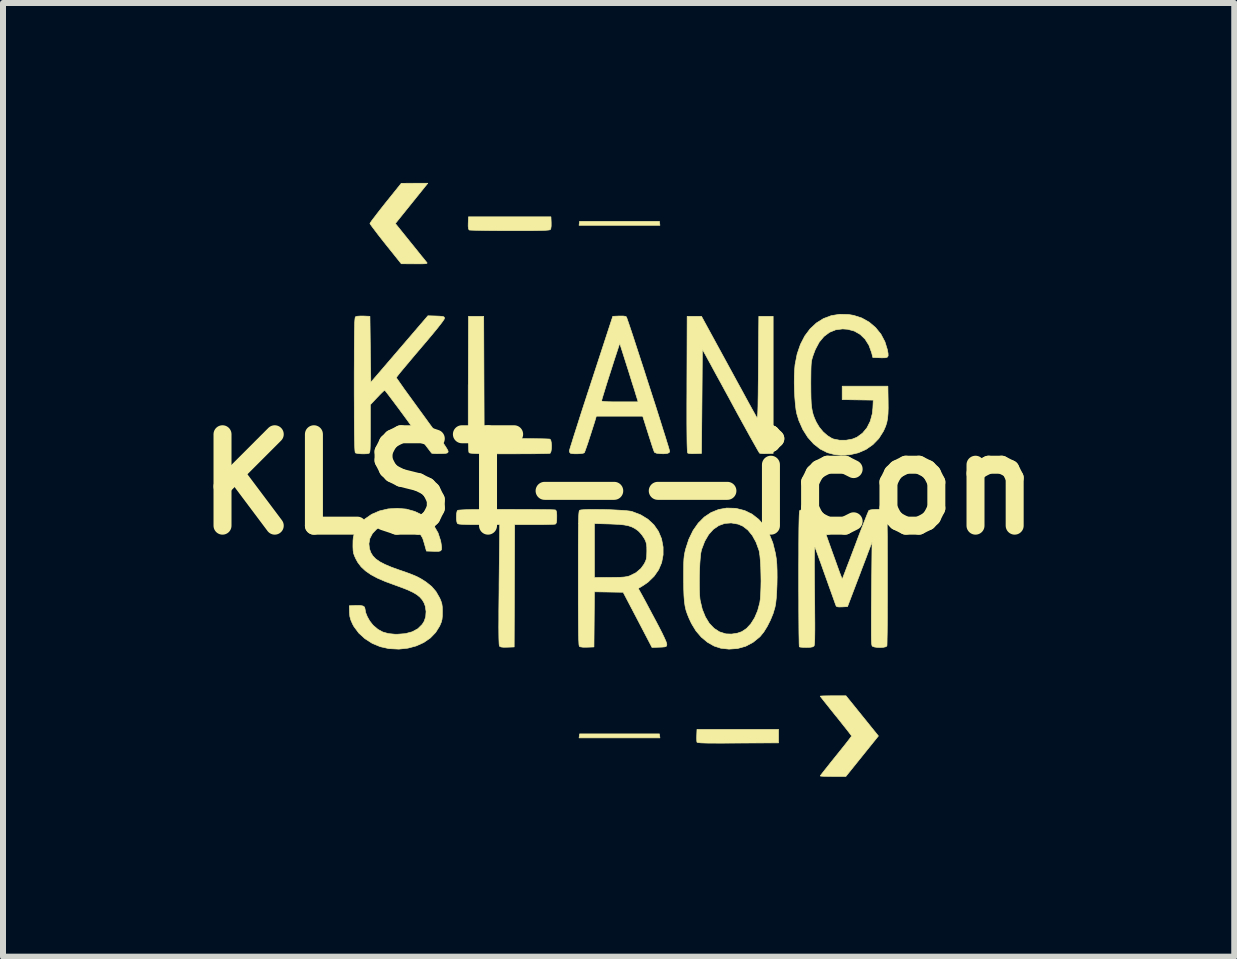
<source format=kicad_pcb>
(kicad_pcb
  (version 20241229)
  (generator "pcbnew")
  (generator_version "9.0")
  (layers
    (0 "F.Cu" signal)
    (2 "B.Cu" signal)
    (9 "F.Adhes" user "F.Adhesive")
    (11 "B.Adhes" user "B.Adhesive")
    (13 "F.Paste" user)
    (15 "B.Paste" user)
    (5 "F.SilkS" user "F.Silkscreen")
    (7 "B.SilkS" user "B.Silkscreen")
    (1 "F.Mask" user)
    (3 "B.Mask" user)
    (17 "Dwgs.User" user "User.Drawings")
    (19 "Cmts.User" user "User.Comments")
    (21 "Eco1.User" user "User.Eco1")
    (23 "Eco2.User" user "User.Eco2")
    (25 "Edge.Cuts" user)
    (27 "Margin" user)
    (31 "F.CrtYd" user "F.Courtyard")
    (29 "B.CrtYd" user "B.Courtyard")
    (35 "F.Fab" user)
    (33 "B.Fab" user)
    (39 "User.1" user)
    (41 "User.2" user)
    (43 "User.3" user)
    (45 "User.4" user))
  (footprint "KLST--icon"
    (layer "F.Cu")
    (at 7.264 5.025)
    (property "Reference" "KLST--icon" (at 0 0 0) (layer "F.SilkS") (effects (font (size 1.524 1.524) (thickness 0.3))))
    (attr through_hole)
    (fp_poly (pts (xy 0.685 -4.352) (xy 0.689 -4.318) (xy -0.659 -4.318) (xy -0.655 -4.352) (xy -0.65 -4.385) (xy 0.68 -4.385) (xy 0.685 -4.352)) (stroke (width 0.01) (type solid)) (fill yes) (layer "F.SilkS"))
    (fp_poly (pts (xy 0.685 4.195) (xy 0.689 4.228) (xy -0.659 4.228) (xy -0.655 4.195) (xy -0.65 4.161) (xy 0.68 4.161) (xy 0.685 4.195)) (stroke (width 0.01) (type solid)) (fill yes) (layer "F.SilkS"))
    (fp_poly (pts (xy 2.667 4.311) (xy 1.991 4.314) (xy 1.827 4.315) (xy 1.691 4.316) (xy 1.58 4.315) (xy 1.491 4.315) (xy 1.423 4.313) (xy 1.373 4.311) (xy 1.339 4.308) (xy 1.318 4.305) (xy 1.308 4.3) (xy 1.306 4.298) (xy 1.303 4.273) (xy 1.302 4.229) (xy 1.303 4.182) (xy 1.307 4.086) (xy 2.667 4.086) (xy 2.667 4.311)) (stroke (width 0.01) (type solid)) (fill yes) (layer "F.SilkS"))
    (fp_poly (pts (xy -1.124 -4.365) (xy -1.124 -4.306) (xy -1.13 -4.264) (xy -1.137 -4.249) (xy -1.145 -4.244) (xy -1.163 -4.24) (xy -1.192 -4.237) (xy -1.235 -4.234) (xy -1.295 -4.232) (xy -1.374 -4.23) (xy -1.474 -4.229) (xy -1.599 -4.229) (xy -1.75 -4.229) (xy -1.813 -4.229) (xy -1.951 -4.229) (xy -2.08 -4.23) (xy -2.197 -4.231) (xy -2.299 -4.233) (xy -2.383 -4.235) (xy -2.445 -4.237) (xy -2.482 -4.239) (xy -2.492 -4.241) (xy -2.503 -4.261) (xy -2.508 -4.304) (xy -2.507 -4.357) (xy -2.503 -4.46) (xy -1.128 -4.46) (xy -1.124 -4.365)) (stroke (width 0.01) (type solid)) (fill yes) (layer "F.SilkS"))
    (fp_poly (pts (xy -3.722 -4.348) (xy -3.472 -4.038) (xy -3.404 -3.954) (xy -3.342 -3.877) (xy -3.288 -3.809) (xy -3.244 -3.756) (xy -3.214 -3.718) (xy -3.2 -3.702) (xy -3.193 -3.692) (xy -3.195 -3.685) (xy -3.209 -3.68) (xy -3.241 -3.677) (xy -3.292 -3.676) (xy -3.369 -3.676) (xy -3.401 -3.676) (xy -3.623 -3.677) (xy -3.885 -4.004) (xy -3.953 -4.09) (xy -4.014 -4.168) (xy -4.066 -4.237) (xy -4.107 -4.291) (xy -4.135 -4.33) (xy -4.146 -4.348) (xy -4.146 -4.349) (xy -4.137 -4.365) (xy -4.112 -4.401) (xy -4.072 -4.453) (xy -4.021 -4.52) (xy -3.961 -4.597) (xy -3.894 -4.682) (xy -3.885 -4.693) (xy -3.623 -5.019) (xy -3.402 -5.02) (xy -3.181 -5.02) (xy -3.722 -4.348)) (stroke (width 0.01) (type solid)) (fill yes) (layer "F.SilkS"))
    (fp_poly (pts (xy 4.332 4.196) (xy 4.06 4.534) (xy 3.789 4.871) (xy 3.575 4.871) (xy 3.499 4.87) (xy 3.435 4.869) (xy 3.388 4.867) (xy 3.364 4.864) (xy 3.362 4.863) (xy 3.371 4.849) (xy 3.396 4.816) (xy 3.436 4.765) (xy 3.487 4.701) (xy 3.547 4.625) (xy 3.615 4.541) (xy 3.623 4.531) (xy 3.691 4.446) (xy 3.753 4.369) (xy 3.805 4.303) (xy 3.846 4.25) (xy 3.873 4.214) (xy 3.885 4.197) (xy 3.885 4.197) (xy 3.876 4.183) (xy 3.85 4.149) (xy 3.811 4.098) (xy 3.759 4.033) (xy 3.699 3.957) (xy 3.632 3.873) (xy 3.623 3.863) (xy 3.555 3.778) (xy 3.494 3.701) (xy 3.442 3.636) (xy 3.4 3.583) (xy 3.373 3.548) (xy 3.362 3.533) (xy 3.362 3.532) (xy 3.376 3.53) (xy 3.414 3.528) (xy 3.472 3.527) (xy 3.545 3.526) (xy 3.576 3.526) (xy 3.791 3.526) (xy 4.332 4.196)) (stroke (width 0.01) (type solid)) (fill yes) (layer "F.SilkS"))
    (fp_poly (pts (xy -2.245 -1.782) (xy -2.241 -0.762) (xy -1.704 -0.762) (xy -1.58 -0.762) (xy -1.464 -0.761) (xy -1.361 -0.76) (xy -1.274 -0.759) (xy -1.206 -0.757) (xy -1.162 -0.755) (xy -1.144 -0.753) (xy -1.13 -0.733) (xy -1.122 -0.694) (xy -1.118 -0.644) (xy -1.12 -0.592) (xy -1.127 -0.548) (xy -1.139 -0.521) (xy -1.144 -0.517) (xy -1.164 -0.515) (xy -1.21 -0.513) (xy -1.28 -0.512) (xy -1.37 -0.51) (xy -1.477 -0.509) (xy -1.599 -0.509) (xy -1.731 -0.508) (xy -1.822 -0.508) (xy -1.984 -0.508) (xy -2.119 -0.509) (xy -2.228 -0.51) (xy -2.315 -0.511) (xy -2.381 -0.513) (xy -2.43 -0.516) (xy -2.463 -0.519) (xy -2.484 -0.523) (xy -2.493 -0.528) (xy -2.493 -0.528) (xy -2.497 -0.542) (xy -2.5 -0.574) (xy -2.502 -0.626) (xy -2.504 -0.699) (xy -2.506 -0.795) (xy -2.507 -0.914) (xy -2.507 -1.058) (xy -2.507 -1.228) (xy -2.507 -1.426) (xy -2.507 -1.652) (xy -2.506 -1.675) (xy -2.503 -2.801) (xy -2.249 -2.801) (xy -2.245 -1.782)) (stroke (width 0.01) (type solid)) (fill yes) (layer "F.SilkS"))
    (fp_poly (pts (xy -1.721 0.419) (xy -1.578 0.419) (xy -1.446 0.42) (xy -1.329 0.421) (xy -1.229 0.422) (xy -1.148 0.423) (xy -1.091 0.425) (xy -1.06 0.427) (xy -1.055 0.427) (xy -1.042 0.439) (xy -1.034 0.466) (xy -1.031 0.513) (xy -1.031 0.545) (xy -1.032 0.605) (xy -1.038 0.641) (xy -1.048 0.659) (xy -1.055 0.663) (xy -1.076 0.666) (xy -1.123 0.668) (xy -1.19 0.67) (xy -1.272 0.672) (xy -1.366 0.672) (xy -1.406 0.672) (xy -1.733 0.672) (xy -1.741 2.712) (xy -1.854 2.716) (xy -1.919 2.717) (xy -1.96 2.712) (xy -1.982 2.702) (xy -1.985 2.699) (xy -1.989 2.688) (xy -1.992 2.662) (xy -1.994 2.62) (xy -1.996 2.56) (xy -1.997 2.481) (xy -1.998 2.381) (xy -1.997 2.258) (xy -1.997 2.111) (xy -1.995 1.937) (xy -1.993 1.736) (xy -1.993 1.675) (xy -1.982 0.672) (xy -2.325 0.672) (xy -2.448 0.672) (xy -2.542 0.67) (xy -2.612 0.667) (xy -2.657 0.663) (xy -2.682 0.657) (xy -2.686 0.654) (xy -2.696 0.63) (xy -2.703 0.586) (xy -2.704 0.545) (xy -2.702 0.493) (xy -2.694 0.453) (xy -2.686 0.436) (xy -2.675 0.432) (xy -2.647 0.429) (xy -2.601 0.426) (xy -2.537 0.423) (xy -2.451 0.421) (xy -2.342 0.42) (xy -2.208 0.419) (xy -2.048 0.419) (xy -1.873 0.418) (xy -1.721 0.419)) (stroke (width 0.01) (type solid)) (fill yes) (layer "F.SilkS"))
    (fp_poly (pts (xy 1.826 -1.987) (xy 1.905 -1.842) (xy 1.98 -1.704) (xy 2.051 -1.575) (xy 2.115 -1.457) (xy 2.171 -1.354) (xy 2.219 -1.267) (xy 2.257 -1.199) (xy 2.283 -1.152) (xy 2.296 -1.129) (xy 2.296 -1.128) (xy 2.302 -1.119) (xy 2.307 -1.115) (xy 2.311 -1.118) (xy 2.315 -1.129) (xy 2.317 -1.151) (xy 2.32 -1.186) (xy 2.322 -1.237) (xy 2.324 -1.305) (xy 2.325 -1.392) (xy 2.327 -1.501) (xy 2.328 -1.634) (xy 2.33 -1.793) (xy 2.331 -1.942) (xy 2.338 -2.801) (xy 2.577 -2.801) (xy 2.577 -0.515) (xy 2.473 -0.512) (xy 2.418 -0.511) (xy 2.375 -0.514) (xy 2.351 -0.519) (xy 2.351 -0.519) (xy 2.341 -0.534) (xy 2.318 -0.573) (xy 2.284 -0.633) (xy 2.239 -0.713) (xy 2.185 -0.809) (xy 2.124 -0.92) (xy 2.056 -1.043) (xy 1.983 -1.176) (xy 1.92 -1.292) (xy 1.843 -1.435) (xy 1.768 -1.572) (xy 1.698 -1.701) (xy 1.633 -1.819) (xy 1.576 -1.924) (xy 1.528 -2.013) (xy 1.489 -2.083) (xy 1.463 -2.132) (xy 1.452 -2.152) (xy 1.397 -2.249) (xy 1.39 -1.382) (xy 1.382 -0.515) (xy 1.277 -0.512) (xy 1.222 -0.511) (xy 1.178 -0.514) (xy 1.154 -0.52) (xy 1.154 -0.52) (xy 1.15 -0.528) (xy 1.147 -0.548) (xy 1.145 -0.582) (xy 1.143 -0.632) (xy 1.141 -0.698) (xy 1.14 -0.784) (xy 1.139 -0.89) (xy 1.138 -1.019) (xy 1.138 -1.171) (xy 1.138 -1.349) (xy 1.139 -1.554) (xy 1.139 -1.667) (xy 1.143 -2.801) (xy 1.382 -2.801) (xy 1.826 -1.987)) (stroke (width 0.01) (type solid)) (fill yes) (layer "F.SilkS"))
    (fp_poly (pts (xy 0.116 -2.8) (xy 0.13 -2.791) (xy 0.137 -2.774) (xy 0.152 -2.731) (xy 0.175 -2.664) (xy 0.204 -2.578) (xy 0.239 -2.473) (xy 0.278 -2.353) (xy 0.321 -2.221) (xy 0.367 -2.079) (xy 0.416 -1.93) (xy 0.465 -1.776) (xy 0.515 -1.621) (xy 0.565 -1.466) (xy 0.614 -1.315) (xy 0.66 -1.17) (xy 0.703 -1.034) (xy 0.742 -0.909) (xy 0.777 -0.799) (xy 0.806 -0.705) (xy 0.829 -0.631) (xy 0.844 -0.579) (xy 0.851 -0.552) (xy 0.852 -0.549) (xy 0.841 -0.527) (xy 0.808 -0.514) (xy 0.749 -0.509) (xy 0.696 -0.511) (xy 0.634 -0.518) (xy 0.6 -0.532) (xy 0.596 -0.538) (xy 0.588 -0.559) (xy 0.572 -0.603) (xy 0.551 -0.667) (xy 0.526 -0.745) (xy 0.498 -0.832) (xy 0.493 -0.848) (xy 0.402 -1.136) (xy -0.372 -1.136) (xy -0.381 -1.102) (xy -0.404 -1.026) (xy -0.431 -0.942) (xy -0.459 -0.854) (xy -0.487 -0.768) (xy -0.513 -0.687) (xy -0.537 -0.618) (xy -0.556 -0.565) (xy -0.568 -0.533) (xy -0.571 -0.527) (xy -0.592 -0.518) (xy -0.634 -0.512) (xy -0.685 -0.509) (xy -0.738 -0.509) (xy -0.782 -0.513) (xy -0.803 -0.518) (xy -0.818 -0.537) (xy -0.821 -0.558) (xy -0.816 -0.577) (xy -0.803 -0.622) (xy -0.781 -0.691) (xy -0.753 -0.782) (xy -0.718 -0.892) (xy -0.677 -1.02) (xy -0.632 -1.162) (xy -0.582 -1.317) (xy -0.557 -1.392) (xy -0.284 -1.392) (xy -0.273 -1.385) (xy -0.241 -1.381) (xy -0.184 -1.377) (xy -0.102 -1.375) (xy 0.009 -1.375) (xy 0.021 -1.375) (xy 0.326 -1.375) (xy 0.29 -1.49) (xy 0.276 -1.537) (xy 0.254 -1.607) (xy 0.226 -1.694) (xy 0.195 -1.794) (xy 0.162 -1.9) (xy 0.137 -1.978) (xy 0.019 -2.35) (xy -0.027 -2.21) (xy -0.067 -2.088) (xy -0.106 -1.966) (xy -0.144 -1.847) (xy -0.18 -1.735) (xy -0.212 -1.633) (xy -0.239 -1.544) (xy -0.261 -1.473) (xy -0.276 -1.422) (xy -0.283 -1.395) (xy -0.284 -1.392) (xy -0.557 -1.392) (xy -0.528 -1.483) (xy -0.471 -1.656) (xy -0.458 -1.696) (xy -0.097 -2.801) (xy 0.009 -2.806) (xy 0.076 -2.806) (xy 0.116 -2.8)) (stroke (width 0.01) (type solid)) (fill yes) (layer "F.SilkS"))
    (fp_poly (pts (xy 3.835 -2.831) (xy 3.919 -2.817) (xy 4.055 -2.773) (xy 4.178 -2.704) (xy 4.285 -2.613) (xy 4.374 -2.503) (xy 4.441 -2.376) (xy 4.481 -2.246) (xy 4.493 -2.182) (xy 4.494 -2.141) (xy 4.479 -2.119) (xy 4.445 -2.11) (xy 4.386 -2.109) (xy 4.361 -2.11) (xy 4.239 -2.114) (xy 4.219 -2.195) (xy 4.174 -2.318) (xy 4.11 -2.42) (xy 4.029 -2.499) (xy 3.931 -2.555) (xy 3.819 -2.585) (xy 3.735 -2.591) (xy 3.619 -2.576) (xy 3.516 -2.534) (xy 3.424 -2.465) (xy 3.345 -2.37) (xy 3.28 -2.248) (xy 3.247 -2.161) (xy 3.234 -2.122) (xy 3.224 -2.088) (xy 3.217 -2.054) (xy 3.212 -2.015) (xy 3.209 -1.967) (xy 3.207 -1.904) (xy 3.206 -1.823) (xy 3.205 -1.718) (xy 3.205 -1.673) (xy 3.206 -1.541) (xy 3.208 -1.434) (xy 3.212 -1.347) (xy 3.22 -1.275) (xy 3.231 -1.213) (xy 3.246 -1.157) (xy 3.267 -1.101) (xy 3.294 -1.041) (xy 3.299 -1.031) (xy 3.347 -0.951) (xy 3.41 -0.875) (xy 3.483 -0.811) (xy 3.556 -0.766) (xy 3.584 -0.755) (xy 3.685 -0.735) (xy 3.793 -0.735) (xy 3.897 -0.754) (xy 3.974 -0.785) (xy 4.067 -0.853) (xy 4.141 -0.942) (xy 4.196 -1.051) (xy 4.23 -1.177) (xy 4.24 -1.273) (xy 4.246 -1.404) (xy 3.987 -1.408) (xy 3.728 -1.412) (xy 3.728 -1.636) (xy 4.49 -1.636) (xy 4.494 -1.39) (xy 4.495 -1.271) (xy 4.492 -1.176) (xy 4.485 -1.098) (xy 4.472 -1.031) (xy 4.453 -0.97) (xy 4.426 -0.908) (xy 4.414 -0.883) (xy 4.338 -0.763) (xy 4.241 -0.663) (xy 4.127 -0.583) (xy 3.998 -0.526) (xy 3.857 -0.493) (xy 3.709 -0.485) (xy 3.608 -0.494) (xy 3.48 -0.528) (xy 3.36 -0.589) (xy 3.251 -0.675) (xy 3.154 -0.784) (xy 3.072 -0.914) (xy 3.006 -1.062) (xy 2.972 -1.173) (xy 2.958 -1.244) (xy 2.947 -1.339) (xy 2.938 -1.449) (xy 2.932 -1.568) (xy 2.929 -1.69) (xy 2.93 -1.807) (xy 2.935 -1.913) (xy 2.942 -1.995) (xy 2.977 -2.173) (xy 3.032 -2.333) (xy 3.104 -2.473) (xy 3.193 -2.592) (xy 3.297 -2.689) (xy 3.415 -2.763) (xy 3.545 -2.812) (xy 3.686 -2.835) (xy 3.835 -2.831)) (stroke (width 0.01) (type solid)) (fill yes) (layer "F.SilkS"))
    (fp_poly (pts (xy 1.946 0.4) (xy 1.965 0.403) (xy 2.103 0.438) (xy 2.227 0.499) (xy 2.337 0.585) (xy 2.432 0.694) (xy 2.511 0.826) (xy 2.572 0.978) (xy 2.615 1.151) (xy 2.63 1.244) (xy 2.638 1.331) (xy 2.642 1.436) (xy 2.643 1.552) (xy 2.641 1.672) (xy 2.636 1.789) (xy 2.629 1.897) (xy 2.619 1.988) (xy 2.608 2.047) (xy 2.577 2.153) (xy 2.532 2.263) (xy 2.478 2.37) (xy 2.42 2.464) (xy 2.36 2.537) (xy 2.356 2.542) (xy 2.243 2.634) (xy 2.119 2.7) (xy 1.983 2.738) (xy 1.84 2.748) (xy 1.704 2.733) (xy 1.591 2.696) (xy 1.481 2.633) (xy 1.379 2.548) (xy 1.29 2.444) (xy 1.217 2.324) (xy 1.213 2.316) (xy 1.176 2.238) (xy 1.147 2.167) (xy 1.124 2.1) (xy 1.108 2.029) (xy 1.097 1.951) (xy 1.09 1.859) (xy 1.086 1.75) (xy 1.085 1.64) (xy 1.346 1.64) (xy 1.347 1.743) (xy 1.35 1.834) (xy 1.356 1.907) (xy 1.36 1.935) (xy 1.395 2.083) (xy 1.447 2.211) (xy 1.512 2.318) (xy 1.591 2.401) (xy 1.682 2.46) (xy 1.783 2.492) (xy 1.792 2.494) (xy 1.885 2.497) (xy 1.981 2.482) (xy 2.054 2.457) (xy 2.133 2.404) (xy 2.205 2.326) (xy 2.268 2.226) (xy 2.318 2.109) (xy 2.353 1.979) (xy 2.354 1.976) (xy 2.363 1.911) (xy 2.369 1.823) (xy 2.373 1.721) (xy 2.375 1.609) (xy 2.373 1.494) (xy 2.37 1.382) (xy 2.364 1.279) (xy 2.356 1.19) (xy 2.346 1.123) (xy 2.341 1.101) (xy 2.292 0.966) (xy 2.23 0.853) (xy 2.156 0.763) (xy 2.072 0.698) (xy 1.994 0.664) (xy 1.878 0.644) (xy 1.77 0.652) (xy 1.67 0.688) (xy 1.58 0.75) (xy 1.502 0.837) (xy 1.436 0.95) (xy 1.384 1.086) (xy 1.38 1.101) (xy 1.37 1.151) (xy 1.362 1.225) (xy 1.355 1.317) (xy 1.35 1.421) (xy 1.347 1.531) (xy 1.346 1.64) (xy 1.085 1.64) (xy 1.084 1.616) (xy 1.084 1.584) (xy 1.084 1.467) (xy 1.085 1.374) (xy 1.086 1.302) (xy 1.089 1.245) (xy 1.094 1.197) (xy 1.101 1.155) (xy 1.11 1.113) (xy 1.117 1.083) (xy 1.171 0.916) (xy 1.242 0.77) (xy 1.329 0.646) (xy 1.429 0.546) (xy 1.543 0.47) (xy 1.667 0.42) (xy 1.802 0.396) (xy 1.946 0.4)) (stroke (width 0.01) (type solid)) (fill yes) (layer "F.SilkS"))
    (fp_poly (pts (xy -3.042 -2.806) (xy -2.978 -2.803) (xy -2.937 -2.799) (xy -2.915 -2.793) (xy -2.905 -2.782) (xy -2.902 -2.771) (xy -2.908 -2.754) (xy -2.93 -2.721) (xy -2.968 -2.67) (xy -3.023 -2.6) (xy -3.096 -2.511) (xy -3.187 -2.402) (xy -3.298 -2.272) (xy -3.301 -2.268) (xy -3.388 -2.166) (xy -3.468 -2.071) (xy -3.54 -1.985) (xy -3.602 -1.911) (xy -3.651 -1.852) (xy -3.685 -1.808) (xy -3.703 -1.784) (xy -3.705 -1.78) (xy -3.697 -1.765) (xy -3.672 -1.729) (xy -3.633 -1.673) (xy -3.582 -1.6) (xy -3.519 -1.513) (xy -3.447 -1.414) (xy -3.368 -1.305) (xy -3.283 -1.188) (xy -3.271 -1.172) (xy -3.161 -1.02) (xy -3.067 -0.892) (xy -2.991 -0.784) (xy -2.931 -0.698) (xy -2.887 -0.632) (xy -2.858 -0.585) (xy -2.844 -0.557) (xy -2.842 -0.548) (xy -2.846 -0.532) (xy -2.859 -0.522) (xy -2.885 -0.516) (xy -2.931 -0.513) (xy -2.973 -0.512) (xy -3.033 -0.511) (xy -3.082 -0.513) (xy -3.112 -0.517) (xy -3.116 -0.519) (xy -3.128 -0.533) (xy -3.155 -0.569) (xy -3.197 -0.624) (xy -3.25 -0.695) (xy -3.313 -0.781) (xy -3.384 -0.878) (xy -3.462 -0.983) (xy -3.51 -1.05) (xy -3.59 -1.159) (xy -3.665 -1.261) (xy -3.733 -1.352) (xy -3.792 -1.43) (xy -3.84 -1.494) (xy -3.875 -1.539) (xy -3.896 -1.564) (xy -3.9 -1.569) (xy -3.914 -1.559) (xy -3.944 -1.531) (xy -3.985 -1.49) (xy -4.025 -1.448) (xy -4.139 -1.327) (xy -4.139 -0.927) (xy -4.139 -0.806) (xy -4.14 -0.711) (xy -4.141 -0.64) (xy -4.143 -0.588) (xy -4.146 -0.554) (xy -4.151 -0.532) (xy -4.157 -0.521) (xy -4.162 -0.517) (xy -4.196 -0.51) (xy -4.245 -0.508) (xy -4.299 -0.509) (xy -4.348 -0.514) (xy -4.382 -0.521) (xy -4.39 -0.526) (xy -4.393 -0.537) (xy -4.396 -0.562) (xy -4.399 -0.605) (xy -4.401 -0.665) (xy -4.403 -0.745) (xy -4.405 -0.845) (xy -4.406 -0.969) (xy -4.407 -1.116) (xy -4.407 -1.29) (xy -4.408 -1.49) (xy -4.408 -1.66) (xy -4.408 -1.873) (xy -4.407 -2.058) (xy -4.407 -2.218) (xy -4.406 -2.353) (xy -4.405 -2.466) (xy -4.404 -2.558) (xy -4.402 -2.632) (xy -4.401 -2.689) (xy -4.398 -2.732) (xy -4.395 -2.762) (xy -4.392 -2.781) (xy -4.388 -2.791) (xy -4.387 -2.793) (xy -4.358 -2.802) (xy -4.306 -2.806) (xy -4.256 -2.806) (xy -4.146 -2.801) (xy -4.139 -2.251) (xy -4.131 -1.701) (xy -3.179 -2.81) (xy -3.042 -2.806)) (stroke (width 0.01) (type solid)) (fill yes) (layer "F.SilkS"))
    (fp_poly (pts (xy -0.334 0.42) (xy -0.233 0.421) (xy -0.132 0.424) (xy -0.034 0.429) (xy 0.055 0.434) (xy 0.132 0.44) (xy 0.191 0.447) (xy 0.222 0.453) (xy 0.366 0.508) (xy 0.488 0.582) (xy 0.588 0.675) (xy 0.664 0.784) (xy 0.716 0.908) (xy 0.742 1.046) (xy 0.742 1.177) (xy 0.718 1.305) (xy 0.667 1.425) (xy 0.591 1.534) (xy 0.492 1.63) (xy 0.416 1.683) (xy 0.328 1.736) (xy 0.371 1.813) (xy 0.39 1.847) (xy 0.42 1.902) (xy 0.46 1.976) (xy 0.506 2.063) (xy 0.557 2.159) (xy 0.611 2.26) (xy 0.612 2.261) (xy 0.677 2.385) (xy 0.728 2.485) (xy 0.765 2.563) (xy 0.79 2.619) (xy 0.802 2.656) (xy 0.804 2.672) (xy 0.8 2.692) (xy 0.791 2.704) (xy 0.77 2.71) (xy 0.73 2.714) (xy 0.678 2.716) (xy 0.557 2.72) (xy 0.317 2.26) (xy 0.076 1.8) (xy -0.163 1.796) (xy -0.403 1.792) (xy -0.407 2.252) (xy -0.411 2.712) (xy -0.523 2.716) (xy -0.596 2.716) (xy -0.641 2.709) (xy -0.654 2.702) (xy -0.657 2.692) (xy -0.661 2.669) (xy -0.663 2.631) (xy -0.666 2.576) (xy -0.668 2.503) (xy -0.669 2.41) (xy -0.67 2.296) (xy -0.671 2.159) (xy -0.672 1.996) (xy -0.672 1.808) (xy -0.672 1.591) (xy -0.672 1.568) (xy -0.672 1.554) (xy -0.403 1.554) (xy -0.146 1.553) (xy -0.043 1.552) (xy 0.036 1.55) (xy 0.094 1.546) (xy 0.139 1.539) (xy 0.174 1.53) (xy 0.182 1.527) (xy 0.288 1.475) (xy 0.372 1.404) (xy 0.426 1.329) (xy 0.448 1.286) (xy 0.461 1.249) (xy 0.468 1.206) (xy 0.47 1.15) (xy 0.471 1.113) (xy 0.47 1.045) (xy 0.465 0.997) (xy 0.455 0.959) (xy 0.438 0.92) (xy 0.426 0.898) (xy 0.389 0.844) (xy 0.343 0.791) (xy 0.316 0.767) (xy 0.267 0.734) (xy 0.217 0.709) (xy 0.16 0.69) (xy 0.09 0.677) (xy 0.003 0.668) (xy -0.107 0.663) (xy -0.153 0.661) (xy -0.403 0.654) (xy -0.403 1.554) (xy -0.672 1.554) (xy -0.672 1.356) (xy -0.672 1.172) (xy -0.672 1.014) (xy -0.671 0.881) (xy -0.67 0.769) (xy -0.669 0.677) (xy -0.668 0.604) (xy -0.666 0.546) (xy -0.664 0.503) (xy -0.661 0.472) (xy -0.658 0.451) (xy -0.654 0.439) (xy -0.65 0.433) (xy -0.627 0.427) (xy -0.579 0.423) (xy -0.511 0.42) (xy -0.428 0.419) (xy -0.334 0.42)) (stroke (width 0.01) (type solid)) (fill yes) (layer "F.SilkS"))
    (fp_poly (pts (xy -3.539 0.413) (xy -3.399 0.452) (xy -3.274 0.512) (xy -3.166 0.594) (xy -3.077 0.694) (xy -3.01 0.811) (xy -2.967 0.943) (xy -2.96 0.983) (xy -2.951 1.047) (xy -2.952 1.087) (xy -2.967 1.109) (xy -3.001 1.118) (xy -3.059 1.118) (xy -3.083 1.117) (xy -3.204 1.113) (xy -3.229 1.023) (xy -3.245 0.968) (xy -3.26 0.919) (xy -3.269 0.894) (xy -3.302 0.839) (xy -3.353 0.781) (xy -3.415 0.727) (xy -3.473 0.69) (xy -3.511 0.672) (xy -3.545 0.66) (xy -3.586 0.653) (xy -3.64 0.65) (xy -3.705 0.65) (xy -3.779 0.651) (xy -3.832 0.654) (xy -3.873 0.662) (xy -3.91 0.675) (xy -3.948 0.692) (xy -4.037 0.749) (xy -4.104 0.82) (xy -4.147 0.902) (xy -4.163 0.991) (xy -4.154 1.073) (xy -4.132 1.137) (xy -4.098 1.193) (xy -4.05 1.243) (xy -3.984 1.29) (xy -3.898 1.335) (xy -3.787 1.382) (xy -3.662 1.427) (xy -3.554 1.464) (xy -3.47 1.495) (xy -3.402 1.522) (xy -3.346 1.548) (xy -3.296 1.575) (xy -3.246 1.606) (xy -3.211 1.629) (xy -3.117 1.704) (xy -3.045 1.788) (xy -2.986 1.891) (xy -2.983 1.896) (xy -2.961 1.948) (xy -2.947 1.992) (xy -2.94 2.04) (xy -2.938 2.102) (xy -2.938 2.129) (xy -2.939 2.199) (xy -2.944 2.251) (xy -2.955 2.295) (xy -2.975 2.343) (xy -2.983 2.362) (xy -3.05 2.47) (xy -3.139 2.562) (xy -3.249 2.638) (xy -3.375 2.695) (xy -3.514 2.732) (xy -3.663 2.748) (xy -3.819 2.74) (xy -3.832 2.739) (xy -3.975 2.707) (xy -4.109 2.651) (xy -4.229 2.574) (xy -4.332 2.48) (xy -4.413 2.371) (xy -4.436 2.329) (xy -4.465 2.262) (xy -4.481 2.204) (xy -4.487 2.139) (xy -4.487 2.127) (xy -4.49 2.025) (xy -4.38 2.02) (xy -4.308 2.02) (xy -4.262 2.029) (xy -4.236 2.047) (xy -4.228 2.077) (xy -4.228 2.078) (xy -4.218 2.137) (xy -4.19 2.207) (xy -4.15 2.278) (xy -4.101 2.341) (xy -4.088 2.355) (xy -4.012 2.419) (xy -3.931 2.463) (xy -3.838 2.489) (xy -3.726 2.5) (xy -3.69 2.5) (xy -3.556 2.49) (xy -3.441 2.459) (xy -3.347 2.408) (xy -3.275 2.337) (xy -3.241 2.283) (xy -3.216 2.207) (xy -3.21 2.12) (xy -3.223 2.033) (xy -3.242 1.98) (xy -3.273 1.927) (xy -3.314 1.88) (xy -3.368 1.837) (xy -3.439 1.796) (xy -3.531 1.754) (xy -3.646 1.71) (xy -3.726 1.681) (xy -3.887 1.622) (xy -4.021 1.564) (xy -4.131 1.505) (xy -4.22 1.443) (xy -4.292 1.376) (xy -4.348 1.303) (xy -4.38 1.245) (xy -4.404 1.193) (xy -4.419 1.15) (xy -4.426 1.105) (xy -4.429 1.046) (xy -4.429 1.01) (xy -4.428 0.938) (xy -4.423 0.886) (xy -4.412 0.842) (xy -4.393 0.795) (xy -4.39 0.788) (xy -4.32 0.673) (xy -4.228 0.577) (xy -4.117 0.5) (xy -3.987 0.444) (xy -3.843 0.41) (xy -3.69 0.4) (xy -3.539 0.413)) (stroke (width 0.01) (type solid)) (fill yes) (layer "F.SilkS"))
    (fp_poly (pts (xy 3.208 0.419) (xy 3.26 0.424) (xy 3.296 0.433) (xy 3.305 0.438) (xy 3.314 0.456) (xy 3.332 0.499) (xy 3.357 0.564) (xy 3.389 0.648) (xy 3.426 0.748) (xy 3.467 0.86) (xy 3.51 0.982) (xy 3.524 1.021) (xy 3.568 1.144) (xy 3.609 1.257) (xy 3.645 1.358) (xy 3.676 1.444) (xy 3.701 1.511) (xy 3.719 1.557) (xy 3.728 1.579) (xy 3.729 1.58) (xy 3.735 1.566) (xy 3.75 1.527) (xy 3.774 1.465) (xy 3.804 1.385) (xy 3.841 1.289) (xy 3.883 1.179) (xy 3.928 1.06) (xy 3.945 1.016) (xy 3.991 0.893) (xy 4.035 0.778) (xy 4.075 0.675) (xy 4.11 0.587) (xy 4.138 0.516) (xy 4.159 0.466) (xy 4.17 0.44) (xy 4.172 0.437) (xy 4.194 0.428) (xy 4.238 0.421) (xy 4.294 0.418) (xy 4.353 0.418) (xy 4.407 0.422) (xy 4.448 0.429) (xy 4.464 0.436) (xy 4.468 0.447) (xy 4.471 0.473) (xy 4.474 0.515) (xy 4.476 0.575) (xy 4.478 0.655) (xy 4.479 0.756) (xy 4.481 0.88) (xy 4.481 1.028) (xy 4.482 1.201) (xy 4.482 1.402) (xy 4.482 1.563) (xy 4.482 1.743) (xy 4.482 1.914) (xy 4.481 2.075) (xy 4.481 2.222) (xy 4.48 2.354) (xy 4.479 2.468) (xy 4.477 2.561) (xy 4.476 2.632) (xy 4.475 2.678) (xy 4.473 2.696) (xy 4.454 2.709) (xy 4.414 2.718) (xy 4.363 2.721) (xy 4.309 2.719) (xy 4.263 2.712) (xy 4.232 2.7) (xy 4.228 2.696) (xy 4.224 2.686) (xy 4.22 2.664) (xy 4.217 2.629) (xy 4.215 2.579) (xy 4.214 2.512) (xy 4.214 2.425) (xy 4.214 2.317) (xy 4.214 2.185) (xy 4.215 2.028) (xy 4.217 1.843) (xy 4.217 1.818) (xy 4.226 0.964) (xy 4.197 1.038) (xy 4.185 1.07) (xy 4.163 1.127) (xy 4.135 1.203) (xy 4.1 1.295) (xy 4.06 1.399) (xy 4.018 1.511) (xy 3.993 1.576) (xy 3.817 2.039) (xy 3.726 2.044) (xy 3.674 2.045) (xy 3.643 2.041) (xy 3.628 2.03) (xy 3.624 2.021) (xy 3.616 2.001) (xy 3.6 1.956) (xy 3.577 1.891) (xy 3.547 1.807) (xy 3.512 1.71) (xy 3.474 1.603) (xy 3.451 1.539) (xy 3.411 1.427) (xy 3.374 1.322) (xy 3.34 1.229) (xy 3.312 1.151) (xy 3.291 1.092) (xy 3.277 1.055) (xy 3.274 1.046) (xy 3.27 1.049) (xy 3.268 1.079) (xy 3.266 1.136) (xy 3.265 1.221) (xy 3.264 1.333) (xy 3.265 1.474) (xy 3.266 1.644) (xy 3.268 1.841) (xy 3.27 2.027) (xy 3.271 2.184) (xy 3.272 2.317) (xy 3.272 2.425) (xy 3.271 2.512) (xy 3.27 2.58) (xy 3.268 2.63) (xy 3.265 2.665) (xy 3.262 2.686) (xy 3.258 2.696) (xy 3.236 2.71) (xy 3.197 2.717) (xy 3.133 2.719) (xy 3.131 2.719) (xy 3.077 2.718) (xy 3.035 2.715) (xy 3.014 2.71) (xy 3.013 2.709) (xy 3.012 2.693) (xy 3.01 2.649) (xy 3.009 2.58) (xy 3.007 2.489) (xy 3.006 2.376) (xy 3.005 2.246) (xy 3.004 2.099) (xy 3.004 1.939) (xy 3.003 1.768) (xy 3.003 1.588) (xy 3.003 1.577) (xy 3.003 1.354) (xy 3.004 1.16) (xy 3.004 0.993) (xy 3.005 0.85) (xy 3.006 0.732) (xy 3.008 0.636) (xy 3.01 0.561) (xy 3.012 0.504) (xy 3.015 0.466) (xy 3.018 0.444) (xy 3.021 0.436) (xy 3.046 0.426) (xy 3.092 0.42) (xy 3.149 0.418) (xy 3.208 0.419)) (stroke (width 0.01) (type solid)) (fill yes) (layer "F.SilkS")))
  (gr_rect
    (start -3 -3)
    (end 17.529 12.901)
    (stroke (width 0.1) (type default))
    (fill no)
    (layer "Edge.Cuts")))
</source>
